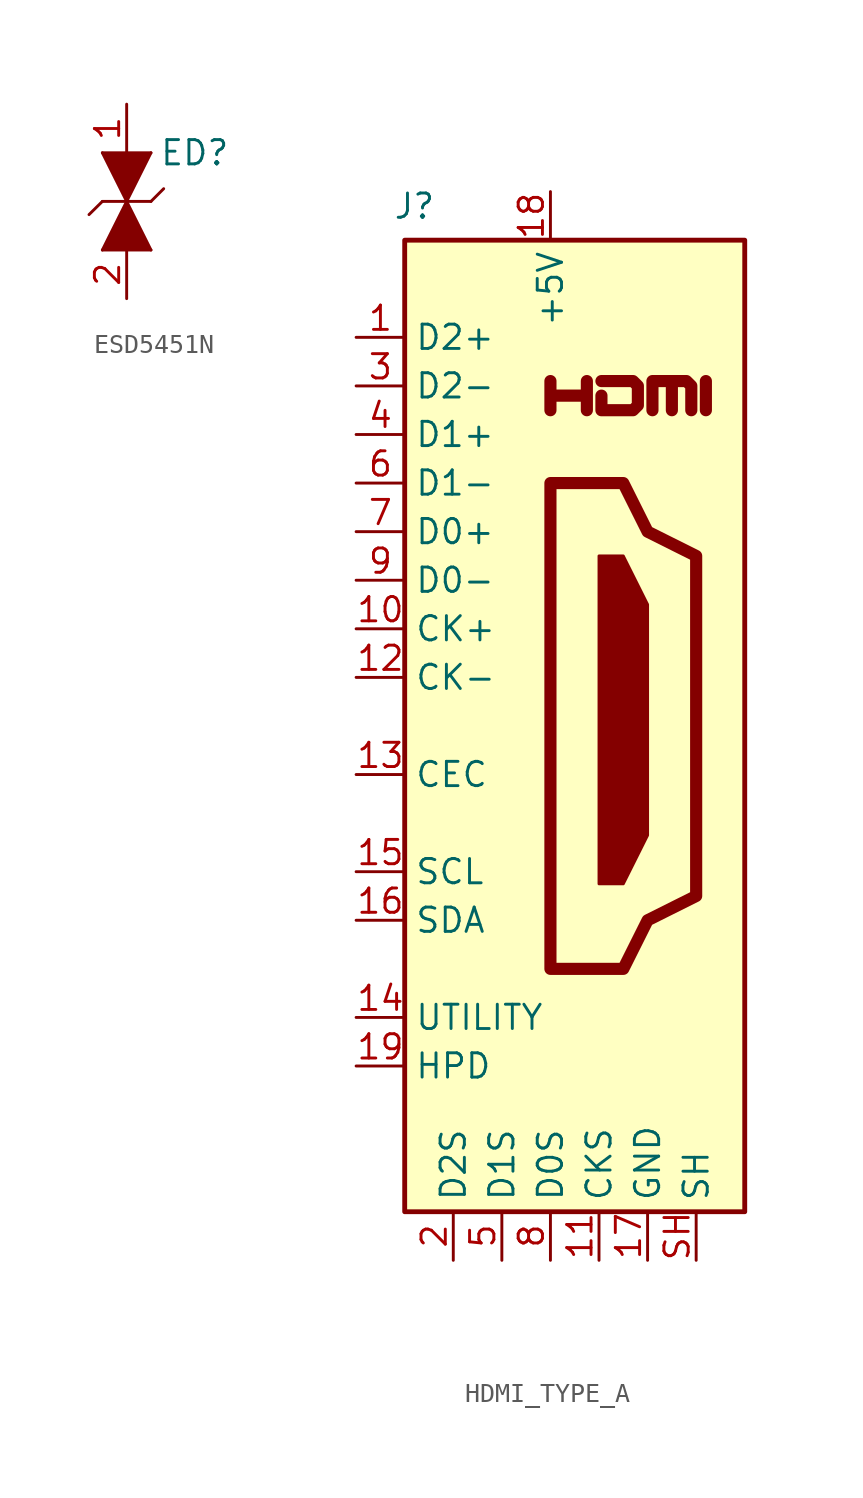
<source format=kicad_sym>
(kicad_symbol_lib
  (version 20230620)
  (generator kicad_symbol_editor)
  (symbol "ESD5451N"
    (property "Reference" "ED"
      (at 3.556 6.35 0)
      (effects (font (size 1.27 1.27))))
    (property "Value" ""
      (at 0 0 0)
      (effects (font (size 1.27 1.27))))
    (symbol "ESD5451N_1_1"
      (polyline (pts (xy -1.27 1.27) (xy 1.27 1.27)) (stroke (width 0) (type default) (color 132 0 0 1)) (fill (type color) (color 132 0 0 1)))
      (polyline (pts (xy -1.27 3.81) (xy -1.968 3.12)) (stroke (width 0) (type default) (color 132 0 0 1)) (fill (type none)))
      (polyline (pts (xy -1.27 3.81) (xy 1.27 3.81)) (stroke (width 0) (type default) (color 132 0 0 1)) (fill (type none)))
      (polyline (pts (xy -1.27 6.35) (xy 1.27 6.35)) (stroke (width 0) (type default) (color 132 0 0 1)) (fill (type color) (color 132 0 0 1)))
      (polyline (pts (xy 1.27 3.81) (xy 1.934 4.474)) (stroke (width 0) (type default) (color 132 0 0 1)) (fill (type none)))
      (polyline (pts (xy -1.27 1.27) (xy 0 3.81) (xy 1.27 1.27)) (stroke (width 0) (type default) (color 132 0 0 1)) (fill (type color) (color 132 0 0 1)))
      (polyline (pts (xy 1.27 6.35) (xy 0 3.81) (xy -1.27 6.35)) (stroke (width 0) (type default) (color 132 0 0 1)) (fill (type color) (color 132 0 0 1)))
      (pin passive line (at 0 8.89 270) (length 2.54) (name "" (effects (font (size 1.27 1.27)))) (number "1" (effects (font (size 1.27 1.27)))))
      (pin passive line (at 0 -1.27 90) (length 2.54) (name "" (effects (font (size 1.27 1.27)))) (number "2" (effects (font (size 1.27 1.27)))))))
  (symbol "HDMI_TYPE_A"
    (property "Reference" "J"
      (at -8.382 37.338 0)
      (effects (font (size 1.27 1.27))))
    (property "Value" ""
      (at 0 0 0)
      (effects (font (size 1.27 1.27))))
    (symbol "HDMI_TYPE_A_0_0"
      (polyline (pts (xy 6.858 26.67) (xy 6.858 28.194)) (stroke (width 0.635) (type default)) (fill (type none)))
      (polyline (pts (xy -1.27 26.67) (xy -1.27 28.194) (xy -1.27 27.432) (xy 0.635 27.432) (xy 0.635 28.194) (xy 0.635 26.67)) (stroke (width 0.635) (type default)) (fill (type none)))
      (polyline (pts (xy 1.397 28.194) (xy 3.048 28.194) (xy 3.302 27.94) (xy 3.302 26.924) (xy 3.048 26.67) (xy 1.397 26.67) (xy 1.397 27.432)) (stroke (width 0.635) (type default)) (fill (type none))))
    (symbol "HDMI_TYPE_A_0_1"
      (rectangle (start -8.89 35.56) (end 8.89 -15.24) (stroke (width 0.254) (type default)) (fill (type background)))
      (polyline (pts (xy 1.27 19.05) (xy 2.54 19.05) (xy 3.81 16.51) (xy 3.81 4.445) (xy 2.54 1.905) (xy 1.27 1.905) (xy 1.27 19.05)) (stroke (width 0) (type default)) (fill (type outline)))
      (polyline (pts (xy 4.064 26.67) (xy 4.064 28.194) (xy 5.08 28.194) (xy 5.08 26.67) (xy 5.08 28.194) (xy 5.842 28.194) (xy 6.096 27.94) (xy 6.096 26.67)) (stroke (width 0.635) (type default)) (fill (type none)))
      (polyline (pts (xy -1.27 22.86) (xy -1.27 -2.54) (xy 2.54 -2.54) (xy 3.81 0) (xy 6.35 1.27) (xy 6.35 19.05) (xy 3.81 20.32) (xy 2.54 22.86) (xy -1.27 22.86)) (stroke (width 0.635) (type default)) (fill (type none))))
    (symbol "HDMI_TYPE_A_1_1"
      (pin passive line (at -11.43 30.48 0) (length 2.54) (name "D2+" (effects (font (size 1.27 1.27)))) (number "1" (effects (font (size 1.27 1.27)))))
      (pin passive line (at -11.43 15.24 0) (length 2.54) (name "CK+" (effects (font (size 1.27 1.27)))) (number "10" (effects (font (size 1.27 1.27)))))
      (pin power_in line (at 1.27 -17.78 90) (length 2.54) (name "CKS" (effects (font (size 1.27 1.27)))) (number "11" (effects (font (size 1.27 1.27)))))
      (pin passive line (at -11.43 12.7 0) (length 2.54) (name "CK-" (effects (font (size 1.27 1.27)))) (number "12" (effects (font (size 1.27 1.27)))))
      (pin bidirectional line (at -11.43 7.62 0) (length 2.54) (name "CEC" (effects (font (size 1.27 1.27)))) (number "13" (effects (font (size 1.27 1.27)))))
      (pin passive line (at -11.43 -5.08 0) (length 2.54) (name "UTILITY" (effects (font (size 1.27 1.27)))) (number "14" (effects (font (size 1.27 1.27)))))
      (pin passive line (at -11.43 2.54 0) (length 2.54) (name "SCL" (effects (font (size 1.27 1.27)))) (number "15" (effects (font (size 1.27 1.27)))))
      (pin bidirectional line (at -11.43 0 0) (length 2.54) (name "SDA" (effects (font (size 1.27 1.27)))) (number "16" (effects (font (size 1.27 1.27)))))
      (pin power_in line (at 3.81 -17.78 90) (length 2.54) (name "GND" (effects (font (size 1.27 1.27)))) (number "17" (effects (font (size 1.27 1.27)))))
      (pin power_in line (at -1.27 38.1 270) (length 2.54) (name "+5V" (effects (font (size 1.27 1.27)))) (number "18" (effects (font (size 1.27 1.27)))))
      (pin passive line (at -11.43 -7.62 0) (length 2.54) (name "HPD" (effects (font (size 1.27 1.27)))) (number "19" (effects (font (size 1.27 1.27)))))
      (pin power_in line (at -6.35 -17.78 90) (length 2.54) (name "D2S" (effects (font (size 1.27 1.27)))) (number "2" (effects (font (size 1.27 1.27)))))
      (pin passive line (at -11.43 27.94 0) (length 2.54) (name "D2-" (effects (font (size 1.27 1.27)))) (number "3" (effects (font (size 1.27 1.27)))))
      (pin passive line (at -11.43 25.4 0) (length 2.54) (name "D1+" (effects (font (size 1.27 1.27)))) (number "4" (effects (font (size 1.27 1.27)))))
      (pin power_in line (at -3.81 -17.78 90) (length 2.54) (name "D1S" (effects (font (size 1.27 1.27)))) (number "5" (effects (font (size 1.27 1.27)))))
      (pin passive line (at -11.43 22.86 0) (length 2.54) (name "D1-" (effects (font (size 1.27 1.27)))) (number "6" (effects (font (size 1.27 1.27)))))
      (pin passive line (at -11.43 20.32 0) (length 2.54) (name "D0+" (effects (font (size 1.27 1.27)))) (number "7" (effects (font (size 1.27 1.27)))))
      (pin power_in line (at -1.27 -17.78 90) (length 2.54) (name "D0S" (effects (font (size 1.27 1.27)))) (number "8" (effects (font (size 1.27 1.27)))))
      (pin passive line (at -11.43 17.78 0) (length 2.54) (name "D0-" (effects (font (size 1.27 1.27)))) (number "9" (effects (font (size 1.27 1.27)))))
      (pin passive line (at 6.35 -17.78 90) (length 2.54) (name "SH" (effects (font (size 1.27 1.27)))) (number "SH" (effects (font (size 1.27 1.27))))))))
</source>
